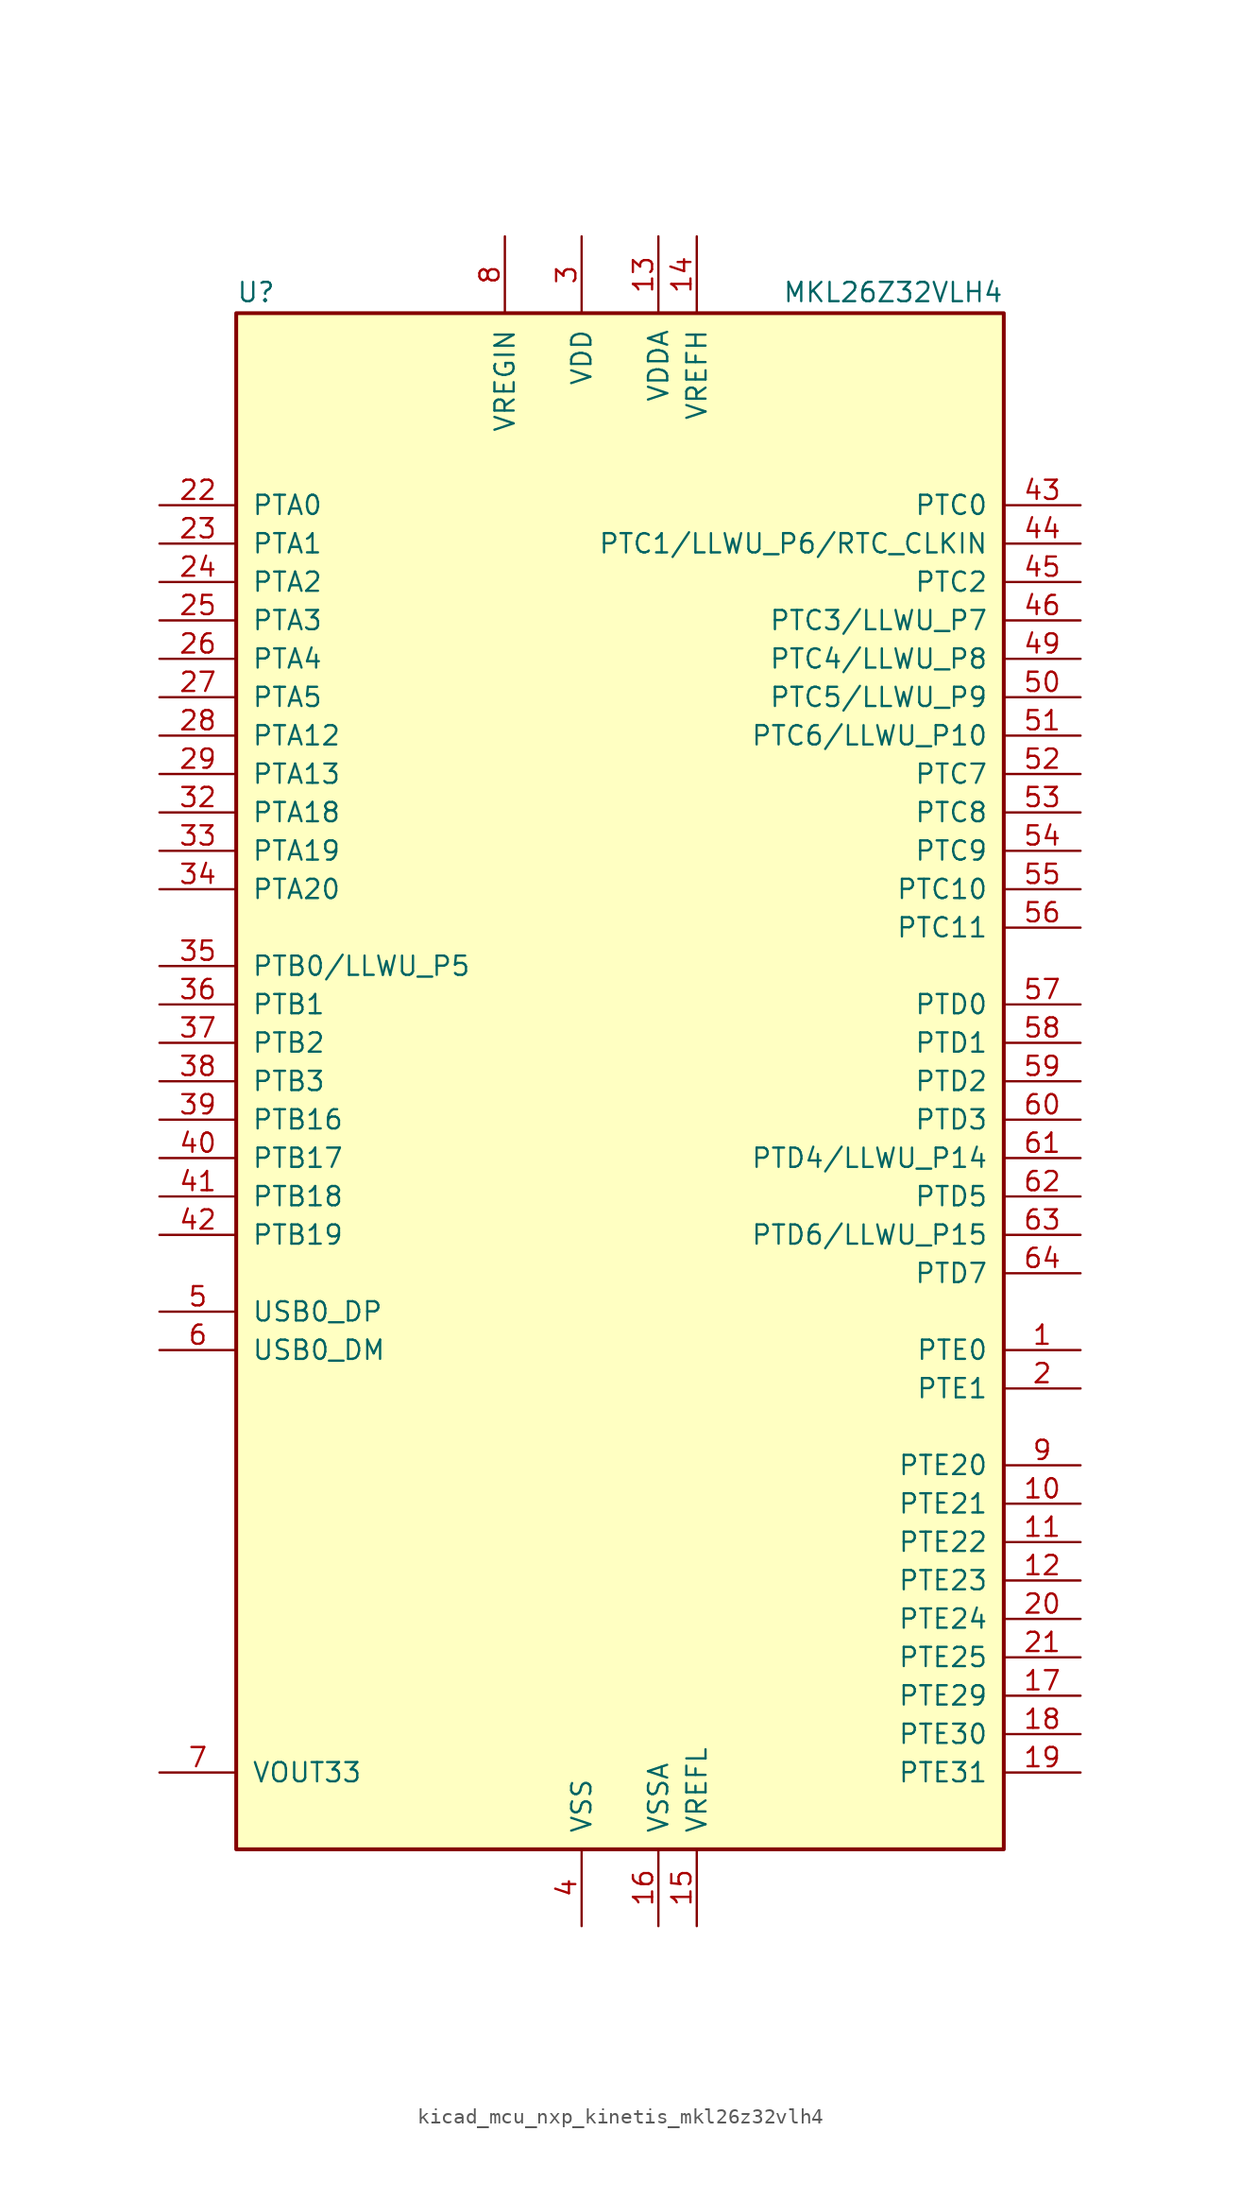
<source format=kicad_sym>
(kicad_symbol_lib
  (version 20220914)
  (generator kicad_symbol_editor)
  (symbol "kicad_mcu_nxp_kinetis_mkl26z32vlh4"
    (pin_names
      (offset 1.016))
    (property "Reference" "U"
      (at -25.4 51.435 0)
      (effects (font (size 1.27 1.27)) (justify left bottom)))
    (property "Value" "MKL26Z32VLH4"
      (at 25.4 51.435 0)
      (effects (font (size 1.27 1.27)) (justify right bottom)))
    (symbol "kicad_mcu_nxp_kinetis_mkl26z32vlh4_0_1"
      (rectangle (start -25.4 50.8) (end 25.4 -50.8) (stroke (width 0.254) (type default)) (fill (type background))))
    (symbol "kicad_mcu_nxp_kinetis_mkl26z32vlh4_1_1"
      (pin bidirectional line (at 30.48 -17.78 180) (length 5.08) (name "PTE0" (effects (font (size 1.27 1.27)))) (number "1" (effects (font (size 1.27 1.27)))))
      (pin bidirectional line (at 30.48 -27.94 180) (length 5.08) (name "PTE21" (effects (font (size 1.27 1.27)))) (number "10" (effects (font (size 1.27 1.27)))))
      (pin bidirectional line (at 30.48 -30.48 180) (length 5.08) (name "PTE22" (effects (font (size 1.27 1.27)))) (number "11" (effects (font (size 1.27 1.27)))))
      (pin bidirectional line (at 30.48 -33.02 180) (length 5.08) (name "PTE23" (effects (font (size 1.27 1.27)))) (number "12" (effects (font (size 1.27 1.27)))))
      (pin power_in line (at 2.54 55.88 270) (length 5.08) (name "VDDA" (effects (font (size 1.27 1.27)))) (number "13" (effects (font (size 1.27 1.27)))))
      (pin power_in line (at 5.08 55.88 270) (length 5.08) (name "VREFH" (effects (font (size 1.27 1.27)))) (number "14" (effects (font (size 1.27 1.27)))))
      (pin power_in line (at 5.08 -55.88 90) (length 5.08) (name "VREFL" (effects (font (size 1.27 1.27)))) (number "15" (effects (font (size 1.27 1.27)))))
      (pin power_in line (at 2.54 -55.88 90) (length 5.08) (name "VSSA" (effects (font (size 1.27 1.27)))) (number "16" (effects (font (size 1.27 1.27)))))
      (pin bidirectional line (at 30.48 -40.64 180) (length 5.08) (name "PTE29" (effects (font (size 1.27 1.27)))) (number "17" (effects (font (size 1.27 1.27)))))
      (pin bidirectional line (at 30.48 -43.18 180) (length 5.08) (name "PTE30" (effects (font (size 1.27 1.27)))) (number "18" (effects (font (size 1.27 1.27)))))
      (pin bidirectional line (at 30.48 -45.72 180) (length 5.08) (name "PTE31" (effects (font (size 1.27 1.27)))) (number "19" (effects (font (size 1.27 1.27)))))
      (pin bidirectional line (at 30.48 -20.32 180) (length 5.08) (name "PTE1" (effects (font (size 1.27 1.27)))) (number "2" (effects (font (size 1.27 1.27)))))
      (pin bidirectional line (at 30.48 -35.56 180) (length 5.08) (name "PTE24" (effects (font (size 1.27 1.27)))) (number "20" (effects (font (size 1.27 1.27)))))
      (pin bidirectional line (at 30.48 -38.1 180) (length 5.08) (name "PTE25" (effects (font (size 1.27 1.27)))) (number "21" (effects (font (size 1.27 1.27)))))
      (pin bidirectional line (at -30.48 38.1 0) (length 5.08) (name "PTA0" (effects (font (size 1.27 1.27)))) (number "22" (effects (font (size 1.27 1.27)))))
      (pin bidirectional line (at -30.48 35.56 0) (length 5.08) (name "PTA1" (effects (font (size 1.27 1.27)))) (number "23" (effects (font (size 1.27 1.27)))))
      (pin bidirectional line (at -30.48 33.02 0) (length 5.08) (name "PTA2" (effects (font (size 1.27 1.27)))) (number "24" (effects (font (size 1.27 1.27)))))
      (pin bidirectional line (at -30.48 30.48 0) (length 5.08) (name "PTA3" (effects (font (size 1.27 1.27)))) (number "25" (effects (font (size 1.27 1.27)))))
      (pin bidirectional line (at -30.48 27.94 0) (length 5.08) (name "PTA4" (effects (font (size 1.27 1.27)))) (number "26" (effects (font (size 1.27 1.27)))))
      (pin bidirectional line (at -30.48 25.4 0) (length 5.08) (name "PTA5" (effects (font (size 1.27 1.27)))) (number "27" (effects (font (size 1.27 1.27)))))
      (pin bidirectional line (at -30.48 22.86 0) (length 5.08) (name "PTA12" (effects (font (size 1.27 1.27)))) (number "28" (effects (font (size 1.27 1.27)))))
      (pin bidirectional line (at -30.48 20.32 0) (length 5.08) (name "PTA13" (effects (font (size 1.27 1.27)))) (number "29" (effects (font (size 1.27 1.27)))))
      (pin power_in line (at -2.54 55.88 270) (length 5.08) (name "VDD" (effects (font (size 1.27 1.27)))) (number "3" (effects (font (size 1.27 1.27)))))
      (pin passive line (at -2.54 55.88 270) (length 5.08) hide (name "VDD" (effects (font (size 1.27 1.27)))) (number "30" (effects (font (size 1.27 1.27)))))
      (pin passive line (at -2.54 -55.88 90) (length 5.08) hide (name "VSS" (effects (font (size 1.27 1.27)))) (number "31" (effects (font (size 1.27 1.27)))))
      (pin bidirectional line (at -30.48 17.78 0) (length 5.08) (name "PTA18" (effects (font (size 1.27 1.27)))) (number "32" (effects (font (size 1.27 1.27)))))
      (pin bidirectional line (at -30.48 15.24 0) (length 5.08) (name "PTA19" (effects (font (size 1.27 1.27)))) (number "33" (effects (font (size 1.27 1.27)))))
      (pin bidirectional line (at -30.48 12.7 0) (length 5.08) (name "PTA20" (effects (font (size 1.27 1.27)))) (number "34" (effects (font (size 1.27 1.27)))))
      (pin bidirectional line (at -30.48 7.62 0) (length 5.08) (name "PTB0/LLWU_P5" (effects (font (size 1.27 1.27)))) (number "35" (effects (font (size 1.27 1.27)))))
      (pin bidirectional line (at -30.48 5.08 0) (length 5.08) (name "PTB1" (effects (font (size 1.27 1.27)))) (number "36" (effects (font (size 1.27 1.27)))))
      (pin bidirectional line (at -30.48 2.54 0) (length 5.08) (name "PTB2" (effects (font (size 1.27 1.27)))) (number "37" (effects (font (size 1.27 1.27)))))
      (pin bidirectional line (at -30.48 0 0) (length 5.08) (name "PTB3" (effects (font (size 1.27 1.27)))) (number "38" (effects (font (size 1.27 1.27)))))
      (pin bidirectional line (at -30.48 -2.54 0) (length 5.08) (name "PTB16" (effects (font (size 1.27 1.27)))) (number "39" (effects (font (size 1.27 1.27)))))
      (pin power_in line (at -2.54 -55.88 90) (length 5.08) (name "VSS" (effects (font (size 1.27 1.27)))) (number "4" (effects (font (size 1.27 1.27)))))
      (pin bidirectional line (at -30.48 -5.08 0) (length 5.08) (name "PTB17" (effects (font (size 1.27 1.27)))) (number "40" (effects (font (size 1.27 1.27)))))
      (pin bidirectional line (at -30.48 -7.62 0) (length 5.08) (name "PTB18" (effects (font (size 1.27 1.27)))) (number "41" (effects (font (size 1.27 1.27)))))
      (pin bidirectional line (at -30.48 -10.16 0) (length 5.08) (name "PTB19" (effects (font (size 1.27 1.27)))) (number "42" (effects (font (size 1.27 1.27)))))
      (pin bidirectional line (at 30.48 38.1 180) (length 5.08) (name "PTC0" (effects (font (size 1.27 1.27)))) (number "43" (effects (font (size 1.27 1.27)))))
      (pin bidirectional line (at 30.48 35.56 180) (length 5.08) (name "PTC1/LLWU_P6/RTC_CLKIN" (effects (font (size 1.27 1.27)))) (number "44" (effects (font (size 1.27 1.27)))))
      (pin bidirectional line (at 30.48 33.02 180) (length 5.08) (name "PTC2" (effects (font (size 1.27 1.27)))) (number "45" (effects (font (size 1.27 1.27)))))
      (pin bidirectional line (at 30.48 30.48 180) (length 5.08) (name "PTC3/LLWU_P7" (effects (font (size 1.27 1.27)))) (number "46" (effects (font (size 1.27 1.27)))))
      (pin passive line (at -2.54 -55.88 90) (length 5.08) hide (name "VSS" (effects (font (size 1.27 1.27)))) (number "47" (effects (font (size 1.27 1.27)))))
      (pin passive line (at -2.54 55.88 270) (length 5.08) hide (name "VDD" (effects (font (size 1.27 1.27)))) (number "48" (effects (font (size 1.27 1.27)))))
      (pin bidirectional line (at 30.48 27.94 180) (length 5.08) (name "PTC4/LLWU_P8" (effects (font (size 1.27 1.27)))) (number "49" (effects (font (size 1.27 1.27)))))
      (pin bidirectional line (at -30.48 -15.24 0) (length 5.08) (name "USB0_DP" (effects (font (size 1.27 1.27)))) (number "5" (effects (font (size 1.27 1.27)))))
      (pin bidirectional line (at 30.48 25.4 180) (length 5.08) (name "PTC5/LLWU_P9" (effects (font (size 1.27 1.27)))) (number "50" (effects (font (size 1.27 1.27)))))
      (pin bidirectional line (at 30.48 22.86 180) (length 5.08) (name "PTC6/LLWU_P10" (effects (font (size 1.27 1.27)))) (number "51" (effects (font (size 1.27 1.27)))))
      (pin bidirectional line (at 30.48 20.32 180) (length 5.08) (name "PTC7" (effects (font (size 1.27 1.27)))) (number "52" (effects (font (size 1.27 1.27)))))
      (pin bidirectional line (at 30.48 17.78 180) (length 5.08) (name "PTC8" (effects (font (size 1.27 1.27)))) (number "53" (effects (font (size 1.27 1.27)))))
      (pin bidirectional line (at 30.48 15.24 180) (length 5.08) (name "PTC9" (effects (font (size 1.27 1.27)))) (number "54" (effects (font (size 1.27 1.27)))))
      (pin bidirectional line (at 30.48 12.7 180) (length 5.08) (name "PTC10" (effects (font (size 1.27 1.27)))) (number "55" (effects (font (size 1.27 1.27)))))
      (pin bidirectional line (at 30.48 10.16 180) (length 5.08) (name "PTC11" (effects (font (size 1.27 1.27)))) (number "56" (effects (font (size 1.27 1.27)))))
      (pin bidirectional line (at 30.48 5.08 180) (length 5.08) (name "PTD0" (effects (font (size 1.27 1.27)))) (number "57" (effects (font (size 1.27 1.27)))))
      (pin bidirectional line (at 30.48 2.54 180) (length 5.08) (name "PTD1" (effects (font (size 1.27 1.27)))) (number "58" (effects (font (size 1.27 1.27)))))
      (pin bidirectional line (at 30.48 0 180) (length 5.08) (name "PTD2" (effects (font (size 1.27 1.27)))) (number "59" (effects (font (size 1.27 1.27)))))
      (pin bidirectional line (at -30.48 -17.78 0) (length 5.08) (name "USB0_DM" (effects (font (size 1.27 1.27)))) (number "6" (effects (font (size 1.27 1.27)))))
      (pin bidirectional line (at 30.48 -2.54 180) (length 5.08) (name "PTD3" (effects (font (size 1.27 1.27)))) (number "60" (effects (font (size 1.27 1.27)))))
      (pin bidirectional line (at 30.48 -5.08 180) (length 5.08) (name "PTD4/LLWU_P14" (effects (font (size 1.27 1.27)))) (number "61" (effects (font (size 1.27 1.27)))))
      (pin bidirectional line (at 30.48 -7.62 180) (length 5.08) (name "PTD5" (effects (font (size 1.27 1.27)))) (number "62" (effects (font (size 1.27 1.27)))))
      (pin bidirectional line (at 30.48 -10.16 180) (length 5.08) (name "PTD6/LLWU_P15" (effects (font (size 1.27 1.27)))) (number "63" (effects (font (size 1.27 1.27)))))
      (pin bidirectional line (at 30.48 -12.7 180) (length 5.08) (name "PTD7" (effects (font (size 1.27 1.27)))) (number "64" (effects (font (size 1.27 1.27)))))
      (pin power_out line (at -30.48 -45.72 0) (length 5.08) (name "VOUT33" (effects (font (size 1.27 1.27)))) (number "7" (effects (font (size 1.27 1.27)))))
      (pin power_in line (at -7.62 55.88 270) (length 5.08) (name "VREGIN" (effects (font (size 1.27 1.27)))) (number "8" (effects (font (size 1.27 1.27)))))
      (pin bidirectional line (at 30.48 -25.4 180) (length 5.08) (name "PTE20" (effects (font (size 1.27 1.27)))) (number "9" (effects (font (size 1.27 1.27))))))))
</source>
